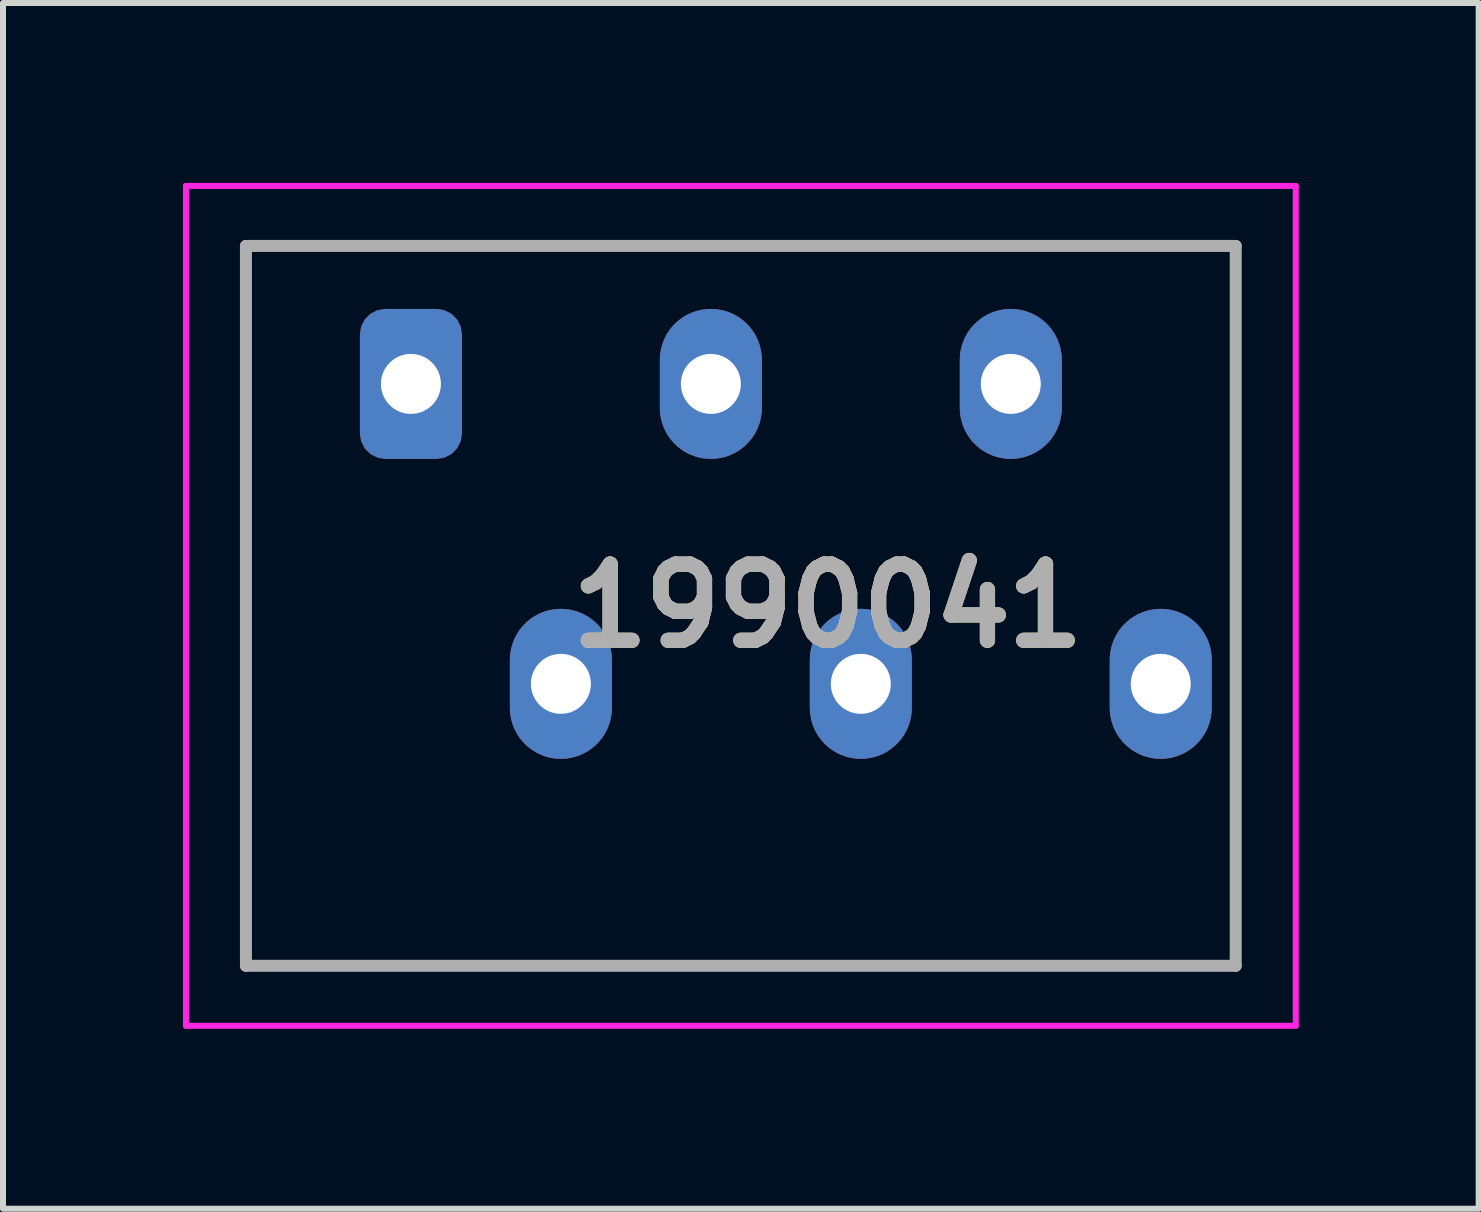
<source format=kicad_pcb>
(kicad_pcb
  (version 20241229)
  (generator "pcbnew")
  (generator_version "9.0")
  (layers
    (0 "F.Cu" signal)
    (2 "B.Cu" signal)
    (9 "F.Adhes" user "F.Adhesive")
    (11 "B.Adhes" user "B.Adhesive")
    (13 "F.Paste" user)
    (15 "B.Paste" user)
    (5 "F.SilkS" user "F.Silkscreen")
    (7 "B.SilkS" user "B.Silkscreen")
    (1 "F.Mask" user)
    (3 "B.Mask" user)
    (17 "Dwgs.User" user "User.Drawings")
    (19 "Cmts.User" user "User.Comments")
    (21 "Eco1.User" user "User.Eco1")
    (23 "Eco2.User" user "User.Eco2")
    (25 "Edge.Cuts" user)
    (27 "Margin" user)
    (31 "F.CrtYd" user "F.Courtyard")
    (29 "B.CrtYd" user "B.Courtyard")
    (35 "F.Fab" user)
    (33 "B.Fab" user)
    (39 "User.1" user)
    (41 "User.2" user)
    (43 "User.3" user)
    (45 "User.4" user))
  (footprint "1990041"
    (layer "F.Cu")
    (at 16.3 8.35)
    (property "Reference" "1990041" (at -5.55 -1.3 0) (layer "F.SilkS") (effects (font (size 1.27 1.27) (thickness 0.254))))
    (attr through_hole)
    (fp_line (start -15.25 -7.3) (end -15.25 4.7) (stroke (width 0.1) (type solid)) (layer "F.SilkS"))
    (fp_line (start -15.25 4.7) (end 1.25 4.7) (stroke (width 0.1) (type solid)) (layer "F.SilkS"))
    (fp_line (start 1.25 -7.3) (end -15.25 -7.3) (stroke (width 0.1) (type solid)) (layer "F.SilkS"))
    (fp_line (start 1.25 4.7) (end 1.25 -7.3) (stroke (width 0.1) (type solid)) (layer "F.SilkS"))
    (fp_line (start -16.25 -8.3) (end -16.25 5.7) (stroke (width 0.1) (type solid)) (layer "F.CrtYd"))
    (fp_line (start -16.25 5.7) (end 2.25 5.7) (stroke (width 0.1) (type solid)) (layer "F.CrtYd"))
    (fp_line (start 2.25 -8.3) (end -16.25 -8.3) (stroke (width 0.1) (type solid)) (layer "F.CrtYd"))
    (fp_line (start 2.25 5.7) (end 2.25 -8.3) (stroke (width 0.1) (type solid)) (layer "F.CrtYd"))
    (fp_line (start -15.25 -7.3) (end -15.25 4.7) (stroke (width 0.2) (type solid)) (layer "F.Fab"))
    (fp_line (start -15.25 4.7) (end 1.25 4.7) (stroke (width 0.2) (type solid)) (layer "F.Fab"))
    (fp_line (start 1.25 -7.3) (end -15.25 -7.3) (stroke (width 0.2) (type solid)) (layer "F.Fab"))
    (fp_line (start 1.25 4.7) (end 1.25 -7.3) (stroke (width 0.2) (type solid)) (layer "F.Fab"))
    (fp_text user "${REFERENCE}" (at -5.55 -1.3 0) (layer "F.Fab") (effects (font (size 1.27 1.27) (thickness 0.254))))
    (pad "1" thru_hole roundrect (at -12.5 -5 90) (size 2.5 1.7) (drill 1) (layers "*.Cu" "*.Mask") (roundrect_rratio 0.25))
    (pad "2" thru_hole oval (at -10 0 90) (size 2.5 1.7) (drill 1) (layers "*.Cu" "*.Mask"))
    (pad "3" thru_hole oval (at -7.5 -5 90) (size 2.5 1.7) (drill 1) (layers "*.Cu" "*.Mask"))
    (pad "4" thru_hole oval (at -5 0 90) (size 2.5 1.7) (drill 1) (layers "*.Cu" "*.Mask"))
    (pad "5" thru_hole oval (at -2.5 -5 90) (size 2.5 1.7) (drill 1) (layers "*.Cu" "*.Mask"))
    (pad "6" thru_hole oval (at 0 0 90) (size 2.5 1.7) (drill 1) (layers "*.Cu" "*.Mask")))
  (gr_rect
    (start -3 -3)
    (end 21.6 17.1)
    (stroke (width 0.1) (type default))
    (fill no)
    (layer "Edge.Cuts")))
</source>
